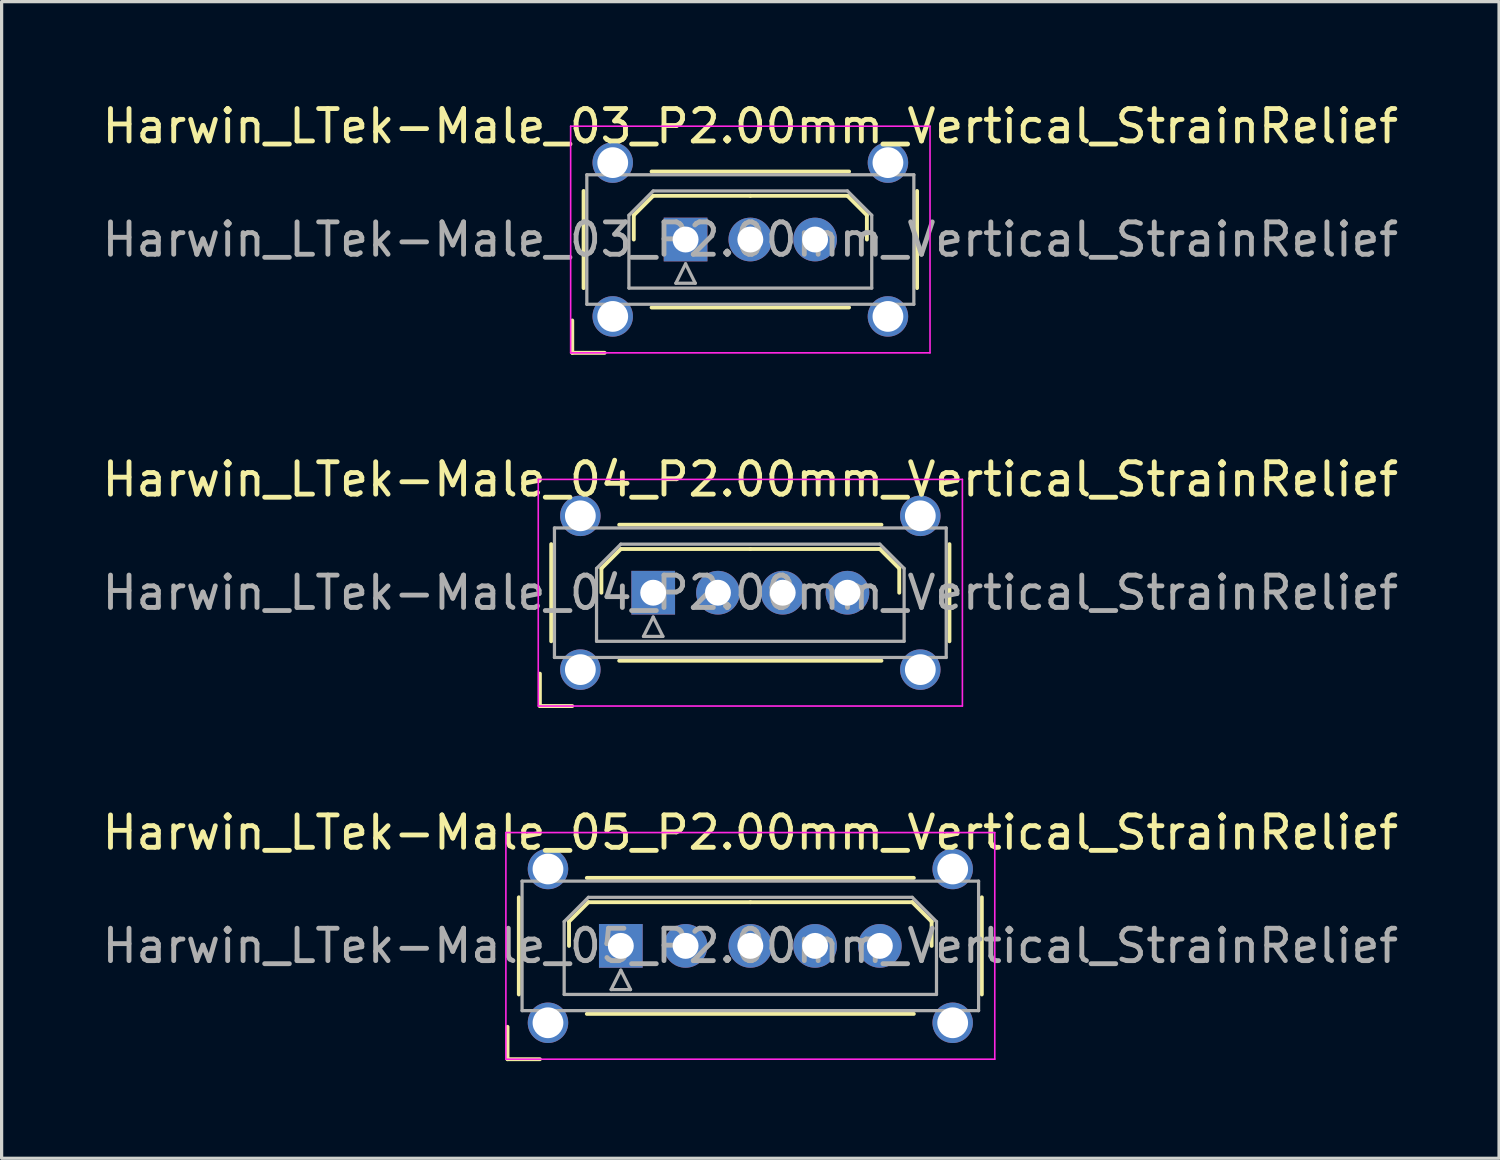
<source format=kicad_pcb>
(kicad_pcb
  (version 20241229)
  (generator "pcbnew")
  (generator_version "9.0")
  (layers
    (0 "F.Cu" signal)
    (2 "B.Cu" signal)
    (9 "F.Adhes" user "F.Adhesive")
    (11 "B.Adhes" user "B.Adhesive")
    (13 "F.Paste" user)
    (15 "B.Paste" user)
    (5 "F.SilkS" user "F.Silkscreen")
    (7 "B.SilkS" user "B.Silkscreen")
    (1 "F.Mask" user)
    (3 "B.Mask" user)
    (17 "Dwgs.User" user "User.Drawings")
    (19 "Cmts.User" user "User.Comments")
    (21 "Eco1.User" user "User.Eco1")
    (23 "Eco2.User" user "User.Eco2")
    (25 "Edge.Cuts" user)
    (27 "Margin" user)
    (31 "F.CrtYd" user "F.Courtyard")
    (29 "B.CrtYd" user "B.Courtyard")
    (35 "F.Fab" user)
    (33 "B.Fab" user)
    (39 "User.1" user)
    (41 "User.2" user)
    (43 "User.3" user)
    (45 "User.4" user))
  (footprint "Harwin_LTek-Male_03_P2.00mm_Vertical_StrainRelief"
    (layer "F.Cu")
    (at 18.125 4.348)
    (property "Reference" "Harwin_LTek-Male_03_P2.00mm_Vertical_StrainRelief" (at 2 -3.5 0) (layer "F.SilkS") (effects (font (size 1 1) (thickness 0.15))))
    (attr through_hole)
    (fp_line (start -3.5 2.5) (end -3.5 3.5) (stroke (width 0.12) (type solid)) (layer "F.SilkS"))
    (fp_line (start -3.5 3.5) (end -2.5 3.5) (stroke (width 0.12) (type solid)) (layer "F.SilkS"))
    (fp_line (start -3.15 -1.5) (end -3.15 1.5) (stroke (width 0.12) (type solid)) (layer "F.SilkS"))
    (fp_line (start -1.6 -0.75) (end -1 -1.35) (stroke (width 0.12) (type solid)) (layer "F.SilkS"))
    (fp_line (start -1.6 0) (end -1.6 -0.75) (stroke (width 0.12) (type solid)) (layer "F.SilkS"))
    (fp_line (start -1.05 -2.1) (end 5.05 -2.1) (stroke (width 0.12) (type solid)) (layer "F.SilkS"))
    (fp_line (start -1.05 2.1) (end 5.05 2.1) (stroke (width 0.12) (type solid)) (layer "F.SilkS"))
    (fp_line (start -1 -1.35) (end 2 -1.35) (stroke (width 0.12) (type solid)) (layer "F.SilkS"))
    (fp_line (start 5 -1.35) (end 2 -1.35) (stroke (width 0.12) (type solid)) (layer "F.SilkS"))
    (fp_line (start 5.6 -0.75) (end 5 -1.35) (stroke (width 0.12) (type solid)) (layer "F.SilkS"))
    (fp_line (start 5.6 0) (end 5.6 -0.75) (stroke (width 0.12) (type solid)) (layer "F.SilkS"))
    (fp_line (start 7.15 -1.5) (end 7.15 1.5) (stroke (width 0.12) (type solid)) (layer "F.SilkS"))
    (fp_line (start -3.55 -3.5) (end -3.55 3.5) (stroke (width 0.05) (type solid)) (layer "F.CrtYd"))
    (fp_line (start -3.55 3.5) (end 7.55 3.5) (stroke (width 0.05) (type solid)) (layer "F.CrtYd"))
    (fp_line (start 7.55 -3.5) (end -3.55 -3.5) (stroke (width 0.05) (type solid)) (layer "F.CrtYd"))
    (fp_line (start 7.55 3.5) (end 7.55 -3.5) (stroke (width 0.05) (type solid)) (layer "F.CrtYd"))
    (fp_line (start -3.05 -2) (end -3.05 2) (stroke (width 0.1) (type solid)) (layer "F.Fab"))
    (fp_line (start -3.05 2) (end 7.05 2) (stroke (width 0.1) (type solid)) (layer "F.Fab"))
    (fp_line (start -1.75 -0.75) (end -1 -1.5) (stroke (width 0.1) (type solid)) (layer "F.Fab"))
    (fp_line (start -1.75 1.5) (end -1.75 -0.75) (stroke (width 0.1) (type solid)) (layer "F.Fab"))
    (fp_line (start -1 -1.5) (end 5 -1.5) (stroke (width 0.1) (type solid)) (layer "F.Fab"))
    (fp_line (start -0.3 1.35) (end 0.3 1.35) (stroke (width 0.1) (type solid)) (layer "F.Fab"))
    (fp_line (start 0 0.75) (end -0.3 1.35) (stroke (width 0.1) (type solid)) (layer "F.Fab"))
    (fp_line (start 0.3 1.35) (end 0 0.75) (stroke (width 0.1) (type solid)) (layer "F.Fab"))
    (fp_line (start 5 -1.5) (end 5.75 -0.75) (stroke (width 0.1) (type solid)) (layer "F.Fab"))
    (fp_line (start 5.75 -0.75) (end 5.75 1.5) (stroke (width 0.1) (type solid)) (layer "F.Fab"))
    (fp_line (start 5.75 1.5) (end -1.75 1.5) (stroke (width 0.1) (type solid)) (layer "F.Fab"))
    (fp_line (start 7.05 -2) (end -3.05 -2) (stroke (width 0.1) (type solid)) (layer "F.Fab"))
    (fp_line (start 7.05 2) (end 7.05 -2) (stroke (width 0.1) (type solid)) (layer "F.Fab"))
    (fp_text user "${REFERENCE}" (at 2 0 0) (layer "F.Fab") (effects (font (size 1 1) (thickness 0.15))))
    (pad "" thru_hole circle (at -2.25 -2.375) (size 1.25 1.25) (drill 0.95) (layers "*.Cu" "*.Mask"))
    (pad "" thru_hole circle (at -2.25 2.375) (size 1.25 1.25) (drill 0.95) (layers "*.Cu" "*.Mask"))
    (pad "" thru_hole circle (at 6.25 -2.375) (size 1.25 1.25) (drill 0.95) (layers "*.Cu" "*.Mask"))
    (pad "" thru_hole circle (at 6.25 2.375) (size 1.25 1.25) (drill 0.95) (layers "*.Cu" "*.Mask"))
    (pad "1" thru_hole rect (at 0 0) (size 1.35 1.35) (drill 0.8) (layers "*.Cu" "*.Mask"))
    (pad "2" thru_hole circle (at 2 0) (size 1.35 1.35) (drill 0.8) (layers "*.Cu" "*.Mask"))
    (pad "3" thru_hole circle (at 4 0) (size 1.35 1.35) (drill 0.8) (layers "*.Cu" "*.Mask")))
  (footprint "Harwin_LTek-Male_05_P2.00mm_Vertical_StrainRelief"
    (layer "F.Cu")
    (at 16.125 26.165)
    (property "Reference" "Harwin_LTek-Male_05_P2.00mm_Vertical_StrainRelief" (at 4 -3.5 0) (layer "F.SilkS") (effects (font (size 1 1) (thickness 0.15))))
    (attr through_hole)
    (fp_line (start -3.5 2.5) (end -3.5 3.5) (stroke (width 0.12) (type solid)) (layer "F.SilkS"))
    (fp_line (start -3.5 3.5) (end -2.5 3.5) (stroke (width 0.12) (type solid)) (layer "F.SilkS"))
    (fp_line (start -3.15 -1.5) (end -3.15 1.5) (stroke (width 0.12) (type solid)) (layer "F.SilkS"))
    (fp_line (start -1.6 -0.75) (end -1 -1.35) (stroke (width 0.12) (type solid)) (layer "F.SilkS"))
    (fp_line (start -1.6 0) (end -1.6 -0.75) (stroke (width 0.12) (type solid)) (layer "F.SilkS"))
    (fp_line (start -1.05 -2.1) (end 9.05 -2.1) (stroke (width 0.12) (type solid)) (layer "F.SilkS"))
    (fp_line (start -1.05 2.1) (end 9.05 2.1) (stroke (width 0.12) (type solid)) (layer "F.SilkS"))
    (fp_line (start -1 -1.35) (end 4 -1.35) (stroke (width 0.12) (type solid)) (layer "F.SilkS"))
    (fp_line (start 9 -1.35) (end 4 -1.35) (stroke (width 0.12) (type solid)) (layer "F.SilkS"))
    (fp_line (start 9.6 -0.75) (end 9 -1.35) (stroke (width 0.12) (type solid)) (layer "F.SilkS"))
    (fp_line (start 9.6 0) (end 9.6 -0.75) (stroke (width 0.12) (type solid)) (layer "F.SilkS"))
    (fp_line (start 11.15 -1.5) (end 11.15 1.5) (stroke (width 0.12) (type solid)) (layer "F.SilkS"))
    (fp_line (start -3.55 -3.5) (end -3.55 3.5) (stroke (width 0.05) (type solid)) (layer "F.CrtYd"))
    (fp_line (start -3.55 3.5) (end 11.55 3.5) (stroke (width 0.05) (type solid)) (layer "F.CrtYd"))
    (fp_line (start 11.55 -3.5) (end -3.55 -3.5) (stroke (width 0.05) (type solid)) (layer "F.CrtYd"))
    (fp_line (start 11.55 3.5) (end 11.55 -3.5) (stroke (width 0.05) (type solid)) (layer "F.CrtYd"))
    (fp_line (start -3.05 -2) (end -3.05 2) (stroke (width 0.1) (type solid)) (layer "F.Fab"))
    (fp_line (start -3.05 2) (end 11.05 2) (stroke (width 0.1) (type solid)) (layer "F.Fab"))
    (fp_line (start -1.75 -0.75) (end -1 -1.5) (stroke (width 0.1) (type solid)) (layer "F.Fab"))
    (fp_line (start -1.75 1.5) (end -1.75 -0.75) (stroke (width 0.1) (type solid)) (layer "F.Fab"))
    (fp_line (start -1 -1.5) (end 9 -1.5) (stroke (width 0.1) (type solid)) (layer "F.Fab"))
    (fp_line (start -0.3 1.35) (end 0.3 1.35) (stroke (width 0.1) (type solid)) (layer "F.Fab"))
    (fp_line (start 0 0.75) (end -0.3 1.35) (stroke (width 0.1) (type solid)) (layer "F.Fab"))
    (fp_line (start 0.3 1.35) (end 0 0.75) (stroke (width 0.1) (type solid)) (layer "F.Fab"))
    (fp_line (start 9 -1.5) (end 9.75 -0.75) (stroke (width 0.1) (type solid)) (layer "F.Fab"))
    (fp_line (start 9.75 -0.75) (end 9.75 1.5) (stroke (width 0.1) (type solid)) (layer "F.Fab"))
    (fp_line (start 9.75 1.5) (end -1.75 1.5) (stroke (width 0.1) (type solid)) (layer "F.Fab"))
    (fp_line (start 11.05 -2) (end -3.05 -2) (stroke (width 0.1) (type solid)) (layer "F.Fab"))
    (fp_line (start 11.05 2) (end 11.05 -2) (stroke (width 0.1) (type solid)) (layer "F.Fab"))
    (fp_text user "${REFERENCE}" (at 4 0 0) (layer "F.Fab") (effects (font (size 1 1) (thickness 0.15))))
    (pad "" thru_hole circle (at -2.25 -2.375) (size 1.25 1.25) (drill 0.95) (layers "*.Cu" "*.Mask"))
    (pad "" thru_hole circle (at -2.25 2.375) (size 1.25 1.25) (drill 0.95) (layers "*.Cu" "*.Mask"))
    (pad "" thru_hole circle (at 10.25 -2.375) (size 1.25 1.25) (drill 0.95) (layers "*.Cu" "*.Mask"))
    (pad "" thru_hole circle (at 10.25 2.375) (size 1.25 1.25) (drill 0.95) (layers "*.Cu" "*.Mask"))
    (pad "1" thru_hole rect (at 0 0) (size 1.35 1.35) (drill 0.8) (layers "*.Cu" "*.Mask"))
    (pad "2" thru_hole circle (at 2 0) (size 1.35 1.35) (drill 0.8) (layers "*.Cu" "*.Mask"))
    (pad "3" thru_hole circle (at 4 0) (size 1.35 1.35) (drill 0.8) (layers "*.Cu" "*.Mask"))
    (pad "4" thru_hole circle (at 6 0) (size 1.35 1.35) (drill 0.8) (layers "*.Cu" "*.Mask"))
    (pad "5" thru_hole circle (at 8 0) (size 1.35 1.35) (drill 0.8) (layers "*.Cu" "*.Mask")))
  (footprint "Harwin_LTek-Male_04_P2.00mm_Vertical_StrainRelief"
    (layer "F.Cu")
    (at 17.125 15.257)
    (property "Reference" "Harwin_LTek-Male_04_P2.00mm_Vertical_StrainRelief" (at 3 -3.5 0) (layer "F.SilkS") (effects (font (size 1 1) (thickness 0.15))))
    (attr through_hole)
    (fp_line (start -3.5 2.5) (end -3.5 3.5) (stroke (width 0.12) (type solid)) (layer "F.SilkS"))
    (fp_line (start -3.5 3.5) (end -2.5 3.5) (stroke (width 0.12) (type solid)) (layer "F.SilkS"))
    (fp_line (start -3.15 -1.5) (end -3.15 1.5) (stroke (width 0.12) (type solid)) (layer "F.SilkS"))
    (fp_line (start -1.6 -0.75) (end -1 -1.35) (stroke (width 0.12) (type solid)) (layer "F.SilkS"))
    (fp_line (start -1.6 0) (end -1.6 -0.75) (stroke (width 0.12) (type solid)) (layer "F.SilkS"))
    (fp_line (start -1.05 -2.1) (end 7.05 -2.1) (stroke (width 0.12) (type solid)) (layer "F.SilkS"))
    (fp_line (start -1.05 2.1) (end 7.05 2.1) (stroke (width 0.12) (type solid)) (layer "F.SilkS"))
    (fp_line (start -1 -1.35) (end 3 -1.35) (stroke (width 0.12) (type solid)) (layer "F.SilkS"))
    (fp_line (start 7 -1.35) (end 3 -1.35) (stroke (width 0.12) (type solid)) (layer "F.SilkS"))
    (fp_line (start 7.6 -0.75) (end 7 -1.35) (stroke (width 0.12) (type solid)) (layer "F.SilkS"))
    (fp_line (start 7.6 0) (end 7.6 -0.75) (stroke (width 0.12) (type solid)) (layer "F.SilkS"))
    (fp_line (start 9.15 -1.5) (end 9.15 1.5) (stroke (width 0.12) (type solid)) (layer "F.SilkS"))
    (fp_line (start -3.55 -3.5) (end -3.55 3.5) (stroke (width 0.05) (type solid)) (layer "F.CrtYd"))
    (fp_line (start -3.55 3.5) (end 9.55 3.5) (stroke (width 0.05) (type solid)) (layer "F.CrtYd"))
    (fp_line (start 9.55 -3.5) (end -3.55 -3.5) (stroke (width 0.05) (type solid)) (layer "F.CrtYd"))
    (fp_line (start 9.55 3.5) (end 9.55 -3.5) (stroke (width 0.05) (type solid)) (layer "F.CrtYd"))
    (fp_line (start -3.05 -2) (end -3.05 2) (stroke (width 0.1) (type solid)) (layer "F.Fab"))
    (fp_line (start -3.05 2) (end 9.05 2) (stroke (width 0.1) (type solid)) (layer "F.Fab"))
    (fp_line (start -1.75 -0.75) (end -1 -1.5) (stroke (width 0.1) (type solid)) (layer "F.Fab"))
    (fp_line (start -1.75 1.5) (end -1.75 -0.75) (stroke (width 0.1) (type solid)) (layer "F.Fab"))
    (fp_line (start -1 -1.5) (end 7 -1.5) (stroke (width 0.1) (type solid)) (layer "F.Fab"))
    (fp_line (start -0.3 1.35) (end 0.3 1.35) (stroke (width 0.1) (type solid)) (layer "F.Fab"))
    (fp_line (start 0 0.75) (end -0.3 1.35) (stroke (width 0.1) (type solid)) (layer "F.Fab"))
    (fp_line (start 0.3 1.35) (end 0 0.75) (stroke (width 0.1) (type solid)) (layer "F.Fab"))
    (fp_line (start 7 -1.5) (end 7.75 -0.75) (stroke (width 0.1) (type solid)) (layer "F.Fab"))
    (fp_line (start 7.75 -0.75) (end 7.75 1.5) (stroke (width 0.1) (type solid)) (layer "F.Fab"))
    (fp_line (start 7.75 1.5) (end -1.75 1.5) (stroke (width 0.1) (type solid)) (layer "F.Fab"))
    (fp_line (start 9.05 -2) (end -3.05 -2) (stroke (width 0.1) (type solid)) (layer "F.Fab"))
    (fp_line (start 9.05 2) (end 9.05 -2) (stroke (width 0.1) (type solid)) (layer "F.Fab"))
    (fp_text user "${REFERENCE}" (at 3 0 0) (layer "F.Fab") (effects (font (size 1 1) (thickness 0.15))))
    (pad "" thru_hole circle (at -2.25 -2.375) (size 1.25 1.25) (drill 0.95) (layers "*.Cu" "*.Mask"))
    (pad "" thru_hole circle (at -2.25 2.375) (size 1.25 1.25) (drill 0.95) (layers "*.Cu" "*.Mask"))
    (pad "" thru_hole circle (at 8.25 -2.375) (size 1.25 1.25) (drill 0.95) (layers "*.Cu" "*.Mask"))
    (pad "" thru_hole circle (at 8.25 2.375) (size 1.25 1.25) (drill 0.95) (layers "*.Cu" "*.Mask"))
    (pad "1" thru_hole rect (at 0 0) (size 1.35 1.35) (drill 0.8) (layers "*.Cu" "*.Mask"))
    (pad "2" thru_hole circle (at 2 0) (size 1.35 1.35) (drill 0.8) (layers "*.Cu" "*.Mask"))
    (pad "3" thru_hole circle (at 4 0) (size 1.35 1.35) (drill 0.8) (layers "*.Cu" "*.Mask"))
    (pad "4" thru_hole circle (at 6 0) (size 1.35 1.35) (drill 0.8) (layers "*.Cu" "*.Mask")))
  (gr_rect
    (start -3 -3)
    (end 43.25 32.725)
    (stroke (width 0.1) (type default))
    (fill no)
    (layer "Edge.Cuts")))
</source>
